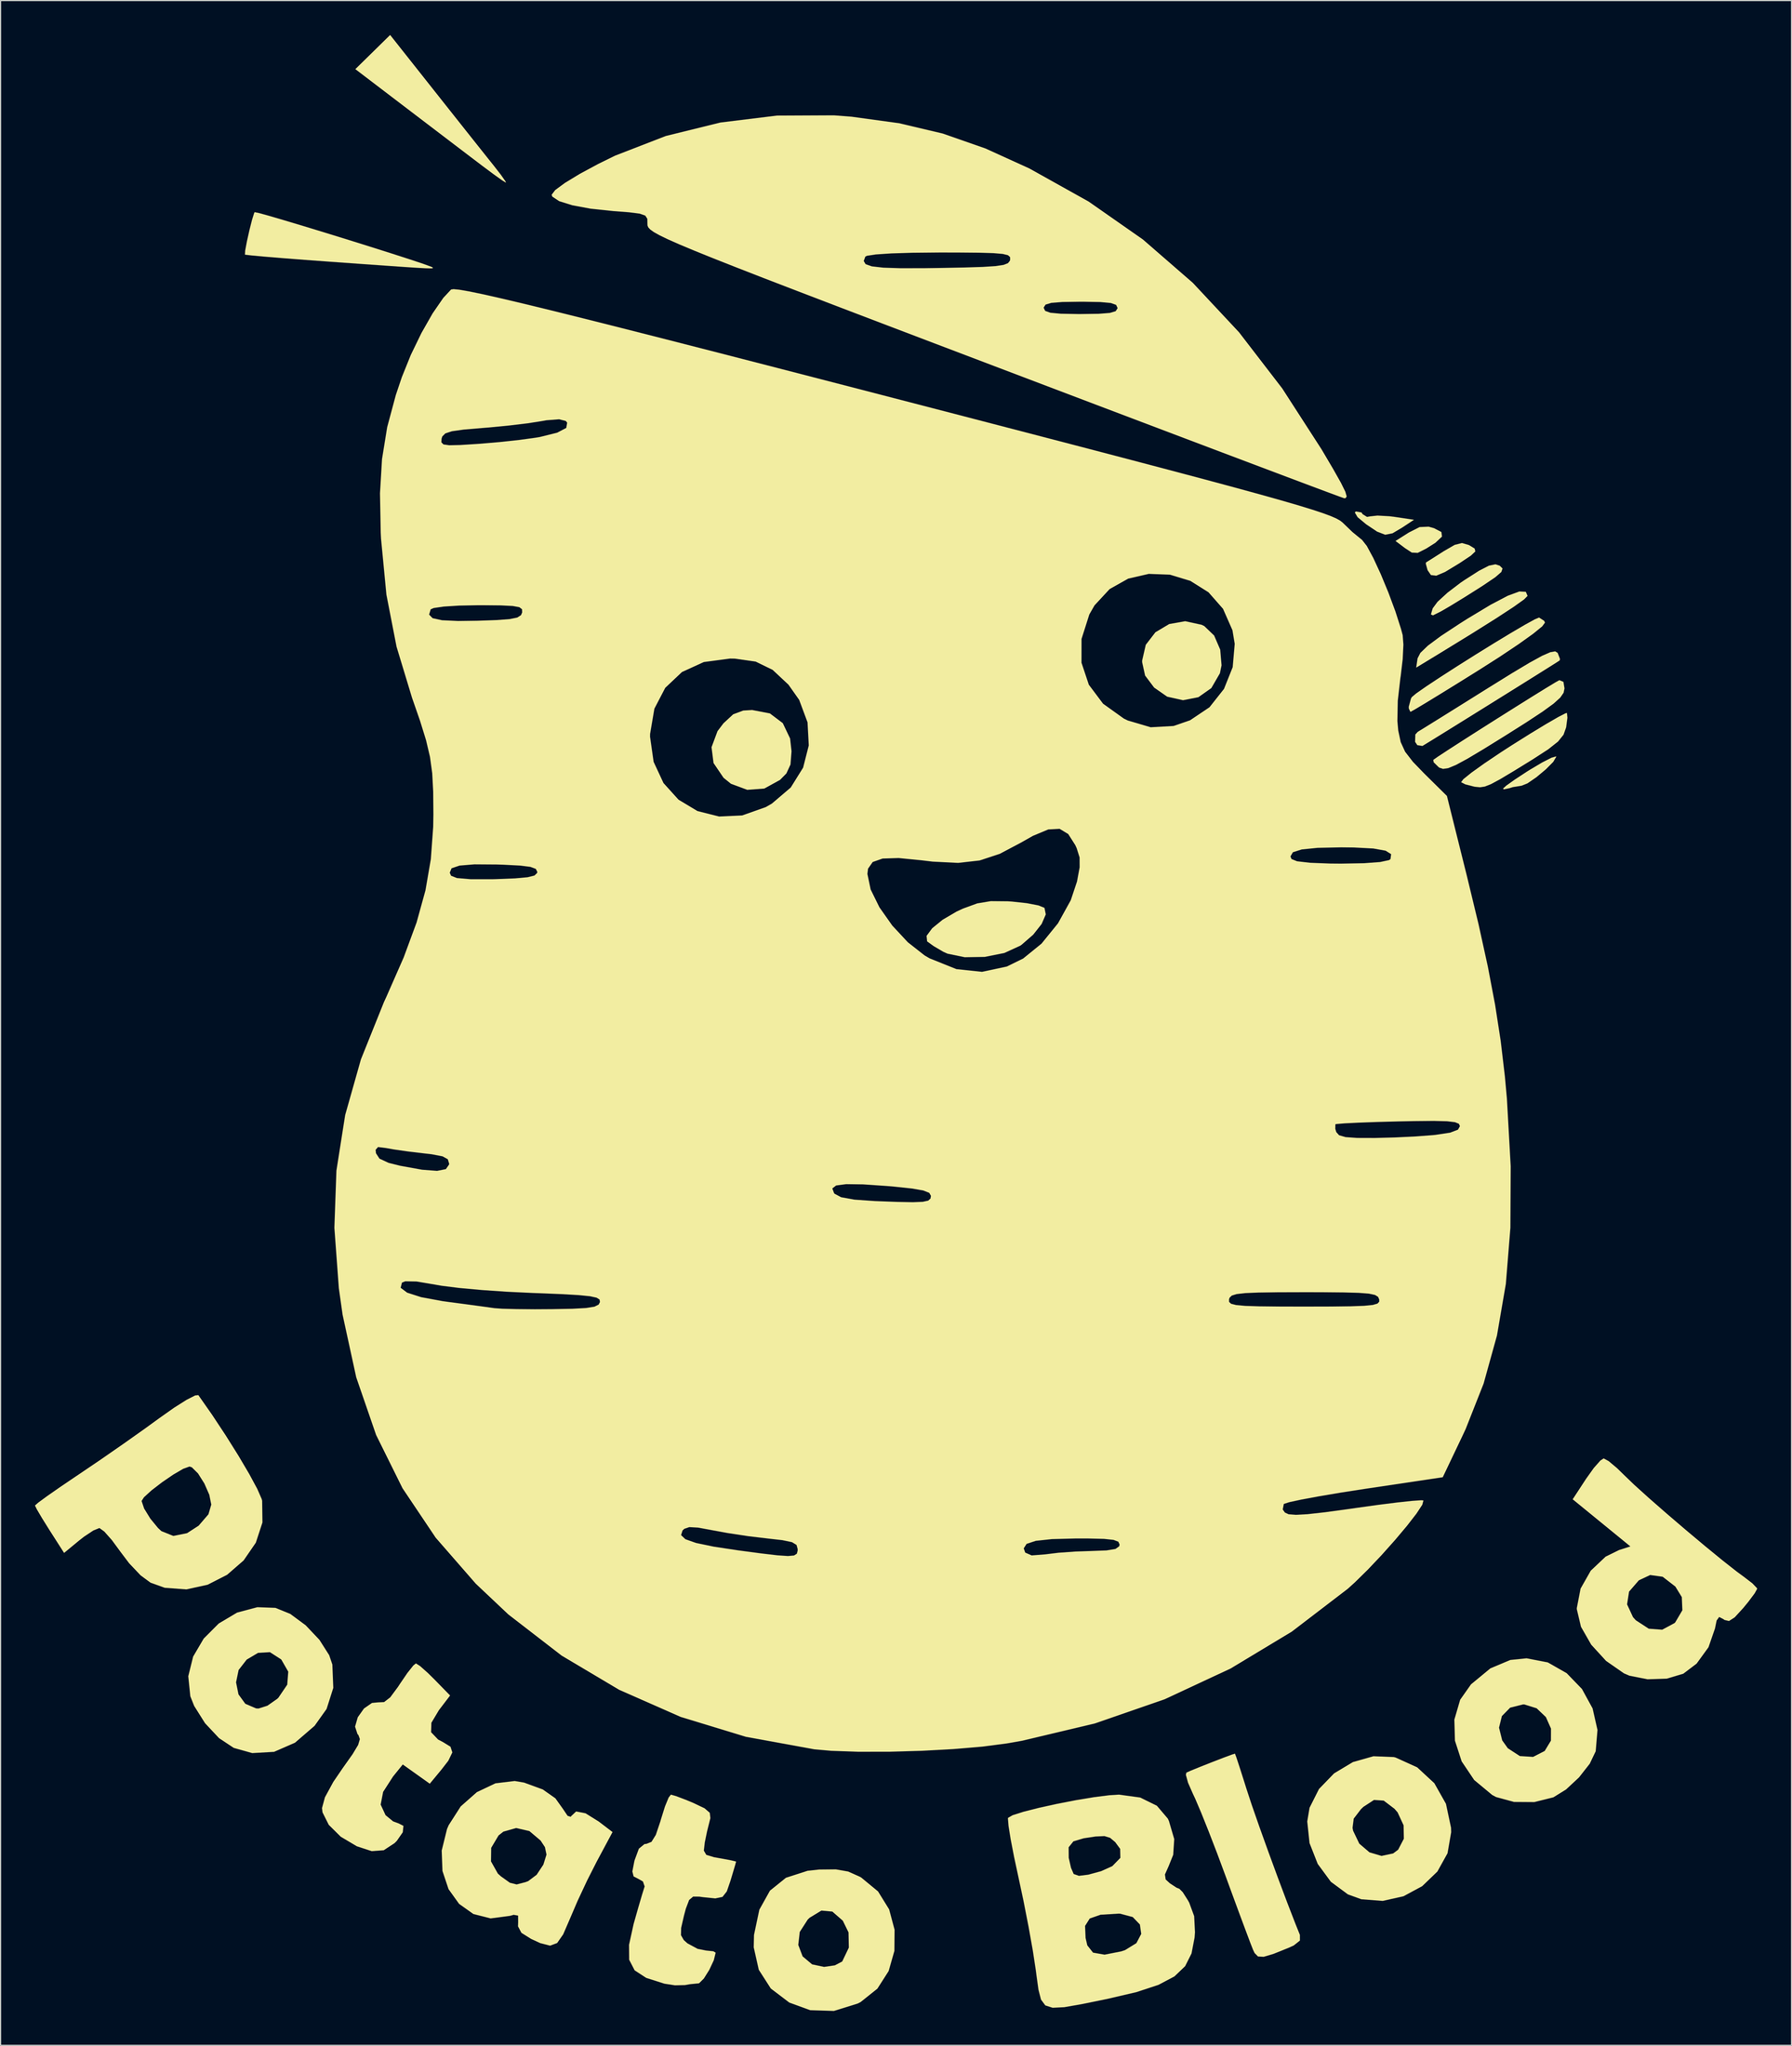
<source format=kicad_pcb>
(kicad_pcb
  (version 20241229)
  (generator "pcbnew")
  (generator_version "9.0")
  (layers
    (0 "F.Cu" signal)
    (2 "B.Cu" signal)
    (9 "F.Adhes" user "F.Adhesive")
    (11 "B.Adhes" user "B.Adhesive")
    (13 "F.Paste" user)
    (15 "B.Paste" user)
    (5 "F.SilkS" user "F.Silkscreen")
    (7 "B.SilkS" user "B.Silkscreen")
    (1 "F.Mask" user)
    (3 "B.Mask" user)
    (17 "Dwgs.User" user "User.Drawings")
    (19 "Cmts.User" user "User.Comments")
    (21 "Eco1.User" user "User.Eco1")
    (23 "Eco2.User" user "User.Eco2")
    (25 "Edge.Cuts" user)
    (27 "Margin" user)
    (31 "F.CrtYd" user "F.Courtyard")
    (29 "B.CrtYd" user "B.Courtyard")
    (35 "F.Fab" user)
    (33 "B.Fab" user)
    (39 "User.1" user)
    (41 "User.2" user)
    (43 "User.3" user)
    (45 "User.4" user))
  (footprint "PT_BloodLogo"
    (layer "F.Cu")
    (at 75.127 86.232)
    (property "Reference" "PT_BloodLogo" (at 0 0 0) (layer "F.SilkS") (effects (font (size 1.5 1.5) (thickness 0.3))))
    (attr board_only exclude_from_pos_files exclude_from_bom)
    (fp_poly (pts (xy 46.93 -43.211) (xy 47.573 -42.877) (xy 47.624 -42.477) (xy 47.053 -41.94) (xy 46.257 -41.436) (xy 45.509 -41.058) (xy 44.991 -41.083) (xy 44.403 -41.467) (xy 43.569 -42.096) (xy 44.734 -42.833) (xy 45.67 -43.308) (xy 46.462 -43.343)) (stroke (width 0) (type solid)) (fill yes) (layer "F.SilkS"))
    (fp_poly (pts (xy 40.604 -44.582) (xy 40.699 -44.434) (xy 41.082 -44.195) (xy 41.347 -44.242) (xy 41.997 -44.311) (xy 43.033 -44.254) (xy 43.523 -44.192) (xy 45.181 -43.943) (xy 44.145 -43.26) (xy 43.308 -42.764) (xy 42.669 -42.639) (xy 41.968 -42.908) (xy 41.016 -43.545) (xy 40.263 -44.169) (xy 40.02 -44.578) (xy 40.108 -44.672)) (stroke (width 0) (type solid)) (fill yes) (layer "F.SilkS"))
    (fp_poly (pts (xy 57.597 -23.278) (xy 57.332 -22.829) (xy 56.681 -22.173) (xy 55.859 -21.488) (xy 55.08 -20.953) (xy 54.573 -20.749) (xy 53.8 -20.624) (xy 53.512 -20.532) (xy 53.03 -20.432) (xy 52.946 -20.492) (xy 53.227 -20.752) (xy 53.971 -21.281) (xy 55.028 -21.974) (xy 55.272 -22.127) (xy 56.366 -22.777) (xy 57.183 -23.193) (xy 57.58 -23.304)) (stroke (width 0) (type solid)) (fill yes) (layer "F.SilkS"))
    (fp_poly (pts (xy -11.009 -27.054) (xy -9.885 -26.204) (xy -9.247 -24.867) (xy -9.123 -23.751) (xy -9.213 -22.597) (xy -9.572 -21.817) (xy -10.126 -21.255) (xy -11.499 -20.499) (xy -12.985 -20.388) (xy -14.404 -20.915) (xy -15.053 -21.437) (xy -15.927 -22.727) (xy -16.102 -24.106) (xy -15.579 -25.509) (xy -15.062 -26.191) (xy -14.211 -26.978) (xy -13.332 -27.305) (xy -12.558 -27.351)) (stroke (width 0) (type solid)) (fill yes) (layer "F.SilkS"))
    (fp_poly (pts (xy 26.653 -34.786) (xy 26.885 -34.673) (xy 27.746 -33.848) (xy 28.278 -32.617) (xy 28.393 -31.251) (xy 28.252 -30.558) (xy 27.502 -29.264) (xy 26.372 -28.468) (xy 25.032 -28.206) (xy 23.649 -28.514) (xy 22.511 -29.308) (xy 21.723 -30.356) (xy 21.467 -31.518) (xy 21.465 -31.661) (xy 21.782 -33.039) (xy 22.623 -34.132) (xy 23.825 -34.849) (xy 25.223 -35.097)) (stroke (width 0) (type solid)) (fill yes) (layer "F.SilkS"))
    (fp_poly (pts (xy 54.937 -37.663) (xy 55.091 -37.306) (xy 54.787 -36.997) (xy 53.873 -36.345) (xy 52.347 -35.347) (xy 50.205 -34.001) (xy 47.444 -32.306) (xy 46.762 -31.891) (xy 45.374 -31.048) (xy 45.493 -31.858) (xy 45.738 -32.333) (xy 46.393 -32.965) (xy 47.527 -33.806) (xy 49.206 -34.911) (xy 49.852 -35.319) (xy 51.871 -36.534) (xy 53.366 -37.32) (xy 54.375 -37.691)) (stroke (width 0) (type solid)) (fill yes) (layer "F.SilkS"))
    (fp_poly (pts (xy 49.948 -41.749) (xy 50.05 -41.696) (xy 50.475 -41.433) (xy 50.534 -41.183) (xy 50.15 -40.821) (xy 49.246 -40.218) (xy 49.103 -40.126) (xy 47.893 -39.393) (xy 47.123 -39.066) (xy 46.661 -39.121) (xy 46.379 -39.53) (xy 46.358 -39.582) (xy 46.213 -40.107) (xy 46.23 -40.223) (xy 46.562 -40.43) (xy 47.295 -40.895) (xy 47.78 -41.205) (xy 48.729 -41.754) (xy 49.368 -41.917)) (stroke (width 0) (type solid)) (fill yes) (layer "F.SilkS"))
    (fp_poly (pts (xy 52.667 -39.935) (xy 52.907 -39.695) (xy 52.803 -39.39) (xy 52.271 -38.93) (xy 51.226 -38.223) (xy 50.884 -38.003) (xy 49.597 -37.191) (xy 48.419 -36.469) (xy 47.579 -35.978) (xy 47.501 -35.935) (xy 46.839 -35.606) (xy 46.658 -35.686) (xy 46.813 -36.218) (xy 47.236 -36.789) (xy 48.102 -37.583) (xy 49.245 -38.454) (xy 49.571 -38.676) (xy 50.859 -39.5) (xy 51.72 -39.943) (xy 52.29 -40.06)) (stroke (width 0) (type solid)) (fill yes) (layer "F.SilkS"))
    (fp_poly (pts (xy -40.239 -81.305) (xy -38.865 -79.571) (xy -37.552 -77.915) (xy -36.403 -76.468) (xy -35.521 -75.361) (xy -35.119 -74.858) (xy -34.473 -74.027) (xy -34.086 -73.477) (xy -34.032 -73.344) (xy -34.362 -73.546) (xy -35.101 -74.073) (xy -36.092 -74.811) (xy -36.132 -74.842) (xy -37.126 -75.596) (xy -38.53 -76.664) (xy -40.184 -77.923) (xy -41.93 -79.253) (xy -42.638 -79.792) (xy -47.177 -83.251) (xy -45.658 -84.741) (xy -44.14 -86.232)) (stroke (width 0) (type solid)) (fill yes) (layer "F.SilkS"))
    (fp_poly (pts (xy 9.728 -10.668) (xy 10.119 -10.642) (xy 11.408 -10.502) (xy 12.424 -10.305) (xy 12.944 -10.095) (xy 13.06 -9.523) (xy 12.698 -8.689) (xy 11.96 -7.753) (xy 10.946 -6.873) (xy 10.835 -6.795) (xy 9.446 -6.158) (xy 7.736 -5.815) (xy 5.986 -5.788) (xy 4.481 -6.099) (xy 4.114 -6.265) (xy 3.278 -6.756) (xy 2.721 -7.158) (xy 2.706 -7.173) (xy 2.658 -7.651) (xy 3.147 -8.314) (xy 4.058 -9.056) (xy 5.275 -9.77) (xy 5.835 -10.031) (xy 7.08 -10.484) (xy 8.263 -10.68)) (stroke (width 0) (type solid)) (fill yes) (layer "F.SilkS"))
    (fp_poly (pts (xy 56.534 -35.134) (xy 56.611 -34.976) (xy 56.368 -34.646) (xy 55.581 -34.005) (xy 54.324 -33.105) (xy 52.669 -31.998) (xy 50.888 -30.862) (xy 49.066 -29.726) (xy 47.458 -28.733) (xy 46.16 -27.94) (xy 45.268 -27.407) (xy 44.877 -27.191) (xy 44.869 -27.189) (xy 44.732 -27.474) (xy 44.724 -27.636) (xy 44.917 -28.346) (xy 44.992 -28.478) (xy 45.379 -28.802) (xy 46.252 -29.412) (xy 47.488 -30.229) (xy 48.966 -31.18) (xy 50.564 -32.187) (xy 52.161 -33.176) (xy 53.635 -34.068) (xy 54.865 -34.79) (xy 55.728 -35.264) (xy 56.093 -35.417)) (stroke (width 0) (type solid)) (fill yes) (layer "F.SilkS"))
    (fp_poly (pts (xy 58.219 -29.808) (xy 58.313 -29.237) (xy 58.234 -28.856) (xy 57.944 -28.435) (xy 57.361 -27.908) (xy 56.402 -27.211) (xy 54.987 -26.278) (xy 53.149 -25.117) (xy 51.238 -23.933) (xy 49.833 -23.095) (xy 48.841 -22.559) (xy 48.167 -22.28) (xy 47.719 -22.215) (xy 47.402 -22.318) (xy 47.336 -22.363) (xy 46.898 -22.793) (xy 46.865 -23.001) (xy 47.26 -23.279) (xy 48.138 -23.856) (xy 49.376 -24.655) (xy 50.853 -25.598) (xy 52.447 -26.608) (xy 54.034 -27.607) (xy 55.493 -28.52) (xy 56.701 -29.267) (xy 57.537 -29.772) (xy 57.865 -29.954)) (stroke (width 0) (type solid)) (fill yes) (layer "F.SilkS"))
    (fp_poly (pts (xy 58.566 -26.678) (xy 58.461 -25.873) (xy 58.451 -25.825) (xy 58.229 -25.196) (xy 57.751 -24.602) (xy 56.892 -23.922) (xy 55.525 -23.036) (xy 55.498 -23.019) (xy 53.852 -22.006) (xy 52.694 -21.315) (xy 51.905 -20.889) (xy 51.364 -20.674) (xy 50.952 -20.612) (xy 50.549 -20.649) (xy 50.442 -20.665) (xy 49.661 -20.865) (xy 49.291 -21.054) (xy 49.487 -21.318) (xy 50.195 -21.888) (xy 51.319 -22.693) (xy 52.762 -23.663) (xy 53.705 -24.272) (xy 55.317 -25.284) (xy 56.708 -26.128) (xy 57.771 -26.743) (xy 58.401 -27.066) (xy 58.525 -27.096)) (stroke (width 0) (type solid)) (fill yes) (layer "F.SilkS"))
    (fp_poly (pts (xy 57.711 -32.338) (xy 57.715 -32.332) (xy 57.917 -31.815) (xy 57.898 -31.68) (xy 57.58 -31.474) (xy 56.767 -30.962) (xy 55.572 -30.213) (xy 54.11 -29.299) (xy 52.492 -28.29) (xy 50.833 -27.257) (xy 49.245 -26.27) (xy 47.842 -25.399) (xy 46.737 -24.716) (xy 46.044 -24.291) (xy 45.918 -24.215) (xy 45.475 -24.283) (xy 45.278 -24.575) (xy 45.299 -25.216) (xy 45.509 -25.447) (xy 45.947 -25.715) (xy 46.888 -26.299) (xy 48.227 -27.133) (xy 49.862 -28.154) (xy 51.687 -29.296) (xy 51.69 -29.297) (xy 53.74 -30.568) (xy 55.27 -31.482) (xy 56.356 -32.078) (xy 57.074 -32.393) (xy 57.5 -32.467)) (stroke (width 0) (type solid)) (fill yes) (layer "F.SilkS"))
    (fp_poly (pts (xy -55.614 -70.707) (xy -54.702 -70.455) (xy -53.345 -70.057) (xy -51.66 -69.551) (xy -49.764 -68.972) (xy -47.777 -68.358) (xy -45.814 -67.743) (xy -43.995 -67.166) (xy -42.437 -66.663) (xy -41.257 -66.27) (xy -40.574 -66.023) (xy -40.455 -65.966) (xy -40.408 -65.917) (xy -40.44 -65.883) (xy -40.63 -65.87) (xy -41.058 -65.882) (xy -41.805 -65.923) (xy -42.951 -65.998) (xy -44.576 -66.111) (xy -46.76 -66.266) (xy -49.369 -66.453) (xy -51.578 -66.615) (xy -53.53 -66.766) (xy -55.119 -66.897) (xy -56.237 -67) (xy -56.776 -67.064) (xy -56.808 -67.073) (xy -56.786 -67.431) (xy -56.636 -68.227) (xy -56.417 -69.205) (xy -56.187 -70.113) (xy -56.004 -70.697) (xy -55.962 -70.776)) (stroke (width 0) (type solid)) (fill yes) (layer "F.SilkS"))
    (fp_poly (pts (xy 29.681 63.995) (xy 29.961 64.842) (xy 30.352 66.068) (xy 30.564 66.742) (xy 31.031 68.161) (xy 31.691 70.054) (xy 32.473 72.23) (xy 33.306 74.498) (xy 34.12 76.665) (xy 34.846 78.54) (xy 35.229 79.491) (xy 35.231 79.984) (xy 34.693 80.41) (xy 34.254 80.611) (xy 32.911 81.151) (xy 32.067 81.402) (xy 31.572 81.373) (xy 31.276 81.072) (xy 31.139 80.784) (xy 30.901 80.176) (xy 30.469 79.029) (xy 29.892 77.478) (xy 29.221 75.656) (xy 28.765 74.411) (xy 28.016 72.398) (xy 27.279 70.488) (xy 26.619 68.841) (xy 26.099 67.619) (xy 25.895 67.186) (xy 25.469 66.217) (xy 25.282 65.533) (xy 25.321 65.338) (xy 25.726 65.157) (xy 26.552 64.821) (xy 27.574 64.417) (xy 28.566 64.034) (xy 29.304 63.761) (xy 29.561 63.679)) (stroke (width 0) (type solid)) (fill yes) (layer "F.SilkS"))
    (fp_poly (pts (xy 56.858 55.724) (xy 58.501 56.66) (xy 59.836 58.041) (xy 60.764 59.735) (xy 61.19 61.613) (xy 61.035 63.472) (xy 60.515 64.559) (xy 59.581 65.749) (xy 58.448 66.805) (xy 57.346 67.489) (xy 55.677 67.905) (xy 53.908 67.894) (xy 52.346 67.468) (xy 52.004 67.285) (xy 50.433 65.98) (xy 49.341 64.355) (xy 48.755 62.552) (xy 48.723 61.414) (xy 52.6 61.414) (xy 52.879 62.524) (xy 53.367 63.209) (xy 54.417 63.892) (xy 55.574 63.964) (xy 56.585 63.445) (xy 57.129 62.543) (xy 57.134 61.494) (xy 56.688 60.49) (xy 55.881 59.724) (xy 54.803 59.388) (xy 54.698 59.386) (xy 53.57 59.67) (xy 52.851 60.404) (xy 52.6 61.414) (xy 48.723 61.414) (xy 48.703 60.713) (xy 49.211 58.977) (xy 50.156 57.635) (xy 51.846 56.241) (xy 53.584 55.509) (xy 55.004 55.363)) (stroke (width 0) (type solid)) (fill yes) (layer "F.SilkS"))
    (fp_poly (pts (xy -54.15 50.964) (xy -52.855 51.49) (xy -51.509 52.485) (xy -50.311 53.751) (xy -49.457 55.092) (xy -49.182 55.904) (xy -49.1 57.946) (xy -49.685 59.782) (xy -50.731 61.251) (xy -52.44 62.725) (xy -54.269 63.523) (xy -56.17 63.632) (xy -57.783 63.18) (xy -59.068 62.328) (xy -60.289 61.025) (xy -61.237 59.52) (xy -61.573 58.676) (xy -61.698 57.46) (xy -57.583 57.46) (xy -57.372 58.508) (xy -56.775 59.331) (xy -55.84 59.732) (xy -55.623 59.744) (xy -54.85 59.5) (xy -53.996 58.902) (xy -53.89 58.801) (xy -53.118 57.663) (xy -53.029 56.53) (xy -53.629 55.484) (xy -53.662 55.451) (xy -54.629 54.829) (xy -55.663 54.889) (xy -56.655 55.477) (xy -57.36 56.383) (xy -57.583 57.46) (xy -61.698 57.46) (xy -61.752 56.929) (xy -61.328 55.214) (xy -60.406 53.644) (xy -59.093 52.328) (xy -57.497 51.379) (xy -55.724 50.906)) (stroke (width 0) (type solid)) (fill yes) (layer "F.SilkS"))
    (fp_poly (pts (xy -4.183 73.962) (xy -3.172 74.414) (xy -3.041 74.488) (xy -1.575 75.698) (xy -0.606 77.265) (xy -0.132 79.041) (xy -0.148 80.883) (xy -0.65 82.644) (xy -1.633 84.18) (xy -3.094 85.346) (xy -3.346 85.476) (xy -5.425 86.124) (xy -7.494 86.058) (xy -9.316 85.393) (xy -10.93 84.167) (xy -11.979 82.534) (xy -12.42 80.579) (xy -12.416 80.364) (xy -8.534 80.364) (xy -8.155 81.364) (xy -7.327 82.06) (xy -6.284 82.282) (xy -5.345 82.146) (xy -4.711 81.816) (xy -4.697 81.8) (xy -4.122 80.597) (xy -4.15 79.271) (xy -4.649 78.251) (xy -5.563 77.455) (xy -6.516 77.368) (xy -7.539 77.99) (xy -7.708 78.151) (xy -8.406 79.235) (xy -8.534 80.364) (xy -12.416 80.364) (xy -12.397 79.494) (xy -11.93 77.289) (xy -11.005 75.631) (xy -9.607 74.505) (xy -7.722 73.897) (xy -6.704 73.787) (xy -5.253 73.774)) (stroke (width 0) (type solid)) (fill yes) (layer "F.SilkS"))
    (fp_poly (pts (xy 43.416 63.978) (xy 43.573 64.017) (xy 45.461 64.875) (xy 46.957 66.26) (xy 47.971 68.055) (xy 48.414 70.14) (xy 48.426 70.533) (xy 48.108 72.369) (xy 47.222 73.964) (xy 45.897 75.24) (xy 44.264 76.12) (xy 42.451 76.526) (xy 40.588 76.381) (xy 39.416 75.956) (xy 37.929 74.857) (xy 36.783 73.299) (xy 36.068 71.48) (xy 35.928 70.15) (xy 39.821 70.15) (xy 39.87 70.405) (xy 40.41 71.531) (xy 41.298 72.289) (xy 42.346 72.6) (xy 43.366 72.383) (xy 43.798 72.06) (xy 44.297 71.103) (xy 44.275 69.933) (xy 43.753 68.805) (xy 43.482 68.492) (xy 42.541 67.777) (xy 41.692 67.719) (xy 40.77 68.319) (xy 40.554 68.526) (xy 39.924 69.347) (xy 39.821 70.15) (xy 35.928 70.15) (xy 35.869 69.596) (xy 36.069 68.401) (xy 36.895 66.761) (xy 38.213 65.399) (xy 39.853 64.415) (xy 41.644 63.908)) (stroke (width 0) (type solid)) (fill yes) (layer "F.SilkS"))
    (fp_poly (pts (xy -41.524 56.044) (xy -40.841 56.651) (xy -40.277 57.208) (xy -38.91 58.608) (xy -39.886 59.888) (xy -40.541 60.986) (xy -40.568 61.81) (xy -39.957 62.448) (xy -39.541 62.666) (xy -38.874 63.078) (xy -38.713 63.573) (xy -39.065 64.299) (xy -39.67 65.08) (xy -40.683 66.303) (xy -41.861 65.464) (xy -43.039 64.625) (xy -43.886 65.673) (xy -44.752 67.016) (xy -44.967 68.125) (xy -44.541 69.044) (xy -44.526 69.059) (xy -43.877 69.591) (xy -43.411 69.761) (xy -42.98 69.981) (xy -43.039 70.54) (xy -43.558 71.287) (xy -43.758 71.487) (xy -44.702 72.108) (xy -45.754 72.184) (xy -47.044 71.761) (xy -48.451 70.926) (xy -49.497 69.888) (xy -50.039 68.804) (xy -50.085 68.428) (xy -49.83 67.488) (xy -49.096 66.14) (xy -48.283 64.949) (xy -47.413 63.72) (xy -46.931 62.918) (xy -46.781 62.41) (xy -46.905 62.065) (xy -46.99 61.969) (xy -47.202 61.323) (xy -46.964 60.506) (xy -46.423 59.742) (xy -45.725 59.257) (xy -45.201 59.208) (xy -44.669 59.183) (xy -44.132 58.768) (xy -43.451 57.848) (xy -43.286 57.595) (xy -42.636 56.642) (xy -42.12 55.994) (xy -41.892 55.808)) (stroke (width 0) (type solid)) (fill yes) (layer "F.SilkS"))
    (fp_poly (pts (xy -32.459 66.205) (xy -30.819 66.806) (xy -29.723 67.578) (xy -29.068 68.496) (xy -28.661 69.101) (xy -28.383 69.191) (xy -28.353 69.135) (xy -27.914 68.724) (xy -27.095 68.883) (xy -25.939 69.604) (xy -25.939 69.604) (xy -24.738 70.52) (xy -26.116 73.092) (xy -26.949 74.733) (xy -27.794 76.539) (xy -28.453 78.078) (xy -29.043 79.441) (xy -29.57 80.198) (xy -30.185 80.429) (xy -31.038 80.211) (xy -31.839 79.842) (xy -32.687 79.31) (xy -32.985 78.746) (xy -32.974 78.395) (xy -32.978 77.808) (xy -33.365 77.738) (xy -33.688 77.829) (xy -35.376 78.051) (xy -36.878 77.669) (xy -38.124 76.785) (xy -39.046 75.5) (xy -39.575 73.916) (xy -39.607 73.079) (xy -35.341 73.079) (xy -34.741 74.145) (xy -34.474 74.385) (xy -33.696 74.941) (xy -33.105 75.089) (xy -32.35 74.893) (xy -32.097 74.799) (xy -31.361 74.247) (xy -30.78 73.37) (xy -30.769 73.345) (xy -30.5 72.486) (xy -30.636 71.835) (xy -31.017 71.258) (xy -31.992 70.434) (xy -33.146 70.167) (xy -34.26 70.483) (xy -34.68 70.813) (xy -35.325 71.896) (xy -35.341 73.079) (xy -39.607 73.079) (xy -39.642 72.134) (xy -39.179 70.257) (xy -39.037 69.925) (xy -37.985 68.283) (xy -36.572 67.036) (xy -34.951 66.268) (xy -33.273 66.066)) (stroke (width 0) (type solid)) (fill yes) (layer "F.SilkS"))
    (fp_poly (pts (xy 62.164 38.163) (xy 62.898 38.779) (xy 63.517 39.383) (xy 64.382 40.216) (xy 65.663 41.373) (xy 67.218 42.733) (xy 68.905 44.176) (xy 70.584 45.583) (xy 72.113 46.834) (xy 73.351 47.807) (xy 73.964 48.257) (xy 74.701 48.823) (xy 75.099 49.239) (xy 75.121 49.304) (xy 74.905 49.694) (xy 74.358 50.427) (xy 73.913 50.97) (xy 73.161 51.791) (xy 72.664 52.111) (xy 72.268 52.018) (xy 72.177 51.949) (xy 71.806 51.759) (xy 71.584 52.067) (xy 71.44 52.767) (xy 70.875 54.399) (xy 69.837 55.828) (xy 68.677 56.708) (xy 67.242 57.137) (xy 65.555 57.194) (xy 63.977 56.882) (xy 63.5 56.677) (xy 61.939 55.592) (xy 60.644 54.177) (xy 59.75 52.615) (xy 59.388 51.091) (xy 59.386 50.982) (xy 59.449 50.658) (xy 63.772 50.658) (xy 64.288 51.772) (xy 64.534 52.045) (xy 65.663 52.782) (xy 66.835 52.869) (xy 67.904 52.296) (xy 67.972 52.231) (xy 68.595 51.174) (xy 68.548 50.027) (xy 67.984 49.107) (xy 66.875 48.249) (xy 65.785 48.099) (xy 64.799 48.562) (xy 63.945 49.548) (xy 63.772 50.658) (xy 59.449 50.658) (xy 59.715 49.284) (xy 60.602 47.722) (xy 61.898 46.498) (xy 63.064 45.923) (xy 64.059 45.605) (xy 61.542 43.549) (xy 59.026 41.494) (xy 60.19 39.714) (xy 60.87 38.761) (xy 61.444 38.113) (xy 61.728 37.928)) (stroke (width 0) (type solid)) (fill yes) (layer "F.SilkS"))
    (fp_poly (pts (xy -59.673 34.122) (xy -58.482 35.925) (xy -57.377 37.687) (xy -56.436 39.282) (xy -55.734 40.583) (xy -55.348 41.464) (xy -55.306 41.619) (xy -55.281 43.516) (xy -55.858 45.279) (xy -56.922 46.827) (xy -58.362 48.078) (xy -60.064 48.947) (xy -61.917 49.353) (xy -63.807 49.212) (xy -65.046 48.767) (xy -65.911 48.129) (xy -66.91 47.075) (xy -67.653 46.092) (xy -68.415 45.056) (xy -69.076 44.309) (xy -69.5 44.004) (xy -69.514 44.003) (xy -70.034 44.216) (xy -70.847 44.756) (xy -71.271 45.087) (xy -72.586 46.172) (xy -73.857 44.186) (xy -74.503 43.152) (xy -74.961 42.376) (xy -75.127 42.036) (xy -74.846 41.788) (xy -74.646 41.641) (xy -65.825 41.641) (xy -65.603 42.3) (xy -65.062 43.18) (xy -64.388 44.001) (xy -64.095 44.271) (xy -63.056 44.69) (xy -61.857 44.449) (xy -60.844 43.792) (xy -59.992 42.801) (xy -59.744 41.956) (xy -59.917 41.101) (xy -60.349 40.116) (xy -60.902 39.239) (xy -61.443 38.703) (xy -61.648 38.637) (xy -62.198 38.836) (xy -63.061 39.341) (xy -64.046 40.014) (xy -64.962 40.719) (xy -65.617 41.317) (xy -65.825 41.641) (xy -74.646 41.641) (xy -74.08 41.226) (xy -72.938 40.43) (xy -71.533 39.478) (xy -71.281 39.31) (xy -69.42 38.05) (xy -67.395 36.646) (xy -65.483 35.292) (xy -64.273 34.413) (xy -62.982 33.502) (xy -61.901 32.819) (xy -61.153 32.438) (xy -60.874 32.406)) (stroke (width 0) (type solid)) (fill yes) (layer "F.SilkS"))
    (fp_poly (pts (xy -19.188 67.387) (xy -18.311 67.721) (xy -17.698 67.976) (xy -16.706 68.449) (xy -16.255 68.841) (xy -16.203 69.302) (xy -16.251 69.497) (xy -16.488 70.446) (xy -16.69 71.422) (xy -16.773 72.139) (xy -16.559 72.508) (xy -15.878 72.714) (xy -15.424 72.795) (xy -14.518 72.96) (xy -14.003 73.079) (xy -13.958 73.101) (xy -14.054 73.445) (xy -14.294 74.251) (xy -14.45 74.769) (xy -14.77 75.698) (xy -15.146 76.176) (xy -15.781 76.307) (xy -16.877 76.194) (xy -17.164 76.152) (xy -17.706 76.148) (xy -18.056 76.445) (xy -18.344 77.203) (xy -18.506 77.81) (xy -18.753 78.884) (xy -18.768 79.514) (xy -18.523 79.94) (xy -18.207 80.225) (xy -17.316 80.706) (xy -16.596 80.851) (xy -15.942 80.919) (xy -15.741 81.041) (xy -15.905 81.702) (xy -16.298 82.541) (xy -16.772 83.296) (xy -17.178 83.701) (xy -17.243 83.718) (xy -17.977 83.79) (xy -18.424 83.868) (xy -19.293 83.888) (xy -20.213 83.746) (xy -21.804 83.238) (xy -22.809 82.582) (xy -23.287 81.66) (xy -23.298 80.353) (xy -22.901 78.543) (xy -22.873 78.445) (xy -22.489 77.095) (xy -22.165 75.99) (xy -21.96 75.331) (xy -21.937 75.266) (xy -22.087 74.829) (xy -22.471 74.611) (xy -22.9 74.39) (xy -23.009 73.959) (xy -22.843 73.096) (xy -22.811 72.969) (xy -22.44 71.968) (xy -21.953 71.569) (xy -21.781 71.549) (xy -21.341 71.374) (xy -20.961 70.763) (xy -20.565 69.587) (xy -20.513 69.403) (xy -20.163 68.285) (xy -19.844 67.509) (xy -19.647 67.256)) (stroke (width 0) (type solid)) (fill yes) (layer "F.SilkS"))
    (fp_poly (pts (xy 21.294 67.508) (xy 22.751 68.224) (xy 23.706 69.347) (xy 23.803 69.557) (xy 24.265 71.132) (xy 24.177 72.499) (xy 23.785 73.475) (xy 23.454 74.22) (xy 23.517 74.653) (xy 23.876 74.984) (xy 24.466 75.371) (xy 24.718 75.473) (xy 25.007 75.764) (xy 25.457 76.47) (xy 25.573 76.68) (xy 26.004 77.853) (xy 26.075 79.262) (xy 26.04 79.725) (xy 25.774 81.108) (xy 25.217 82.217) (xy 24.284 83.111) (xy 22.891 83.847) (xy 20.954 84.485) (xy 18.39 85.082) (xy 18.285 85.103) (xy 16.184 85.531) (xy 14.679 85.794) (xy 13.66 85.846) (xy 13.018 85.641) (xy 12.641 85.132) (xy 12.421 84.275) (xy 12.247 83.023) (xy 12.186 82.55) (xy 11.929 80.868) (xy 11.554 78.764) (xy 11.542 78.706) (xy 16.486 78.706) (xy 16.53 79.754) (xy 16.682 80.404) (xy 17.182 81.038) (xy 18.188 81.214) (xy 19.65 80.925) (xy 19.966 80.821) (xy 20.962 80.21) (xy 21.386 79.403) (xy 21.269 78.583) (xy 20.645 77.934) (xy 19.546 77.639) (xy 19.395 77.636) (xy 17.836 77.731) (xy 16.894 78.06) (xy 16.486 78.706) (xy 11.542 78.706) (xy 11.113 76.513) (xy 10.677 74.474) (xy 10.295 72.697) (xy 10.131 71.848) (xy 15.053 71.848) (xy 15.06 72.763) (xy 15.259 73.637) (xy 15.493 74.178) (xy 15.951 74.339) (xy 16.774 74.236) (xy 17.892 73.929) (xy 18.834 73.505) (xy 18.871 73.482) (xy 19.565 72.77) (xy 19.548 71.986) (xy 19.114 71.396) (xy 18.673 71.025) (xy 18.177 70.871) (xy 17.398 70.907) (xy 16.367 71.063) (xy 15.467 71.331) (xy 15.053 71.848) (xy 10.131 71.848) (xy 9.997 71.156) (xy 9.81 69.991) (xy 9.756 69.345) (xy 9.767 69.279) (xy 10.165 69.05) (xy 11.113 68.749) (xy 12.455 68.408) (xy 14.034 68.06) (xy 15.692 67.738) (xy 17.273 67.476) (xy 18.62 67.305) (xy 19.444 67.256)) (stroke (width 0) (type solid)) (fill yes) (layer "F.SilkS"))
    (fp_poly (pts (xy -3.875 -79.102) (xy 0.266 -78.532) (xy 4.067 -77.634) (xy 7.794 -76.332) (xy 11.627 -74.588) (xy 16.8 -71.699) (xy 21.533 -68.392) (xy 25.885 -64.613) (xy 29.916 -60.302) (xy 33.687 -55.402) (xy 37.116 -50.091) (xy 38.135 -48.364) (xy 38.814 -47.16) (xy 39.193 -46.392) (xy 39.311 -45.976) (xy 39.207 -45.826) (xy 39.084 -45.824) (xy 38.717 -45.954) (xy 37.73 -46.319) (xy 36.168 -46.903) (xy 34.081 -47.688) (xy 31.516 -48.655) (xy 28.52 -49.786) (xy 25.14 -51.064) (xy 21.425 -52.471) (xy 17.422 -53.988) (xy 13.179 -55.598) (xy 8.743 -57.282) (xy 8.533 -57.362) (xy 3.345 -59.333) (xy -1.215 -61.068) (xy -4.777 -62.427) (xy 12.879 -62.427) (xy 13.004 -62.165) (xy 13.462 -62.002) (xy 14.375 -61.917) (xy 15.865 -61.89) (xy 16.099 -61.89) (xy 17.669 -61.911) (xy 18.648 -61.987) (xy 19.156 -62.139) (xy 19.317 -62.388) (xy 19.318 -62.427) (xy 19.193 -62.689) (xy 18.735 -62.852) (xy 17.822 -62.936) (xy 16.333 -62.963) (xy 16.099 -62.963) (xy 14.528 -62.942) (xy 13.549 -62.866) (xy 13.041 -62.714) (xy 12.881 -62.466) (xy 12.879 -62.427) (xy -4.777 -62.427) (xy -5.186 -62.583) (xy -8.61 -63.894) (xy -11.527 -65.017) (xy -13.976 -65.971) (xy -15.365 -66.519) (xy -2.824 -66.519) (xy -2.661 -66.24) (xy -2.119 -66.049) (xy -1.122 -65.935) (xy 0.405 -65.886) (xy 2.539 -65.891) (xy 3.689 -65.906) (xy 5.934 -65.949) (xy 7.564 -66) (xy 8.678 -66.072) (xy 9.376 -66.177) (xy 9.757 -66.326) (xy 9.922 -66.53) (xy 9.949 -66.63) (xy 9.943 -66.856) (xy 9.762 -67.02) (xy 9.309 -67.132) (xy 8.491 -67.202) (xy 7.211 -67.24) (xy 5.374 -67.254) (xy 3.804 -67.256) (xy 1.478 -67.236) (xy -0.408 -67.179) (xy -1.775 -67.088) (xy -2.545 -66.969) (xy -2.683 -66.899) (xy -2.824 -66.519) (xy -15.365 -66.519) (xy -15.999 -66.77) (xy -17.637 -67.432) (xy -18.929 -67.973) (xy -19.915 -68.41) (xy -20.638 -68.76) (xy -21.136 -69.038) (xy -21.45 -69.263) (xy -21.621 -69.449) (xy -21.689 -69.614) (xy -21.696 -69.761) (xy -21.704 -70.196) (xy -21.88 -70.474) (xy -22.365 -70.646) (xy -23.297 -70.765) (xy -24.685 -70.872) (xy -26.634 -71.077) (xy -28.242 -71.375) (xy -29.399 -71.737) (xy -29.994 -72.133) (xy -30.051 -72.295) (xy -29.742 -72.702) (xy -28.889 -73.33) (xy -27.602 -74.112) (xy -25.99 -74.981) (xy -24.511 -75.707) (xy -20.093 -77.419) (xy -15.333 -78.593) (xy -10.388 -79.202) (xy -5.416 -79.222)) (stroke (width 0) (type solid)) (fill yes) (layer "F.SilkS"))
    (fp_poly (pts (xy -38.101 -64.012) (xy -37.281 -63.87) (xy -36.111 -63.629) (xy -34.56 -63.28) (xy -32.597 -62.817) (xy -30.188 -62.231) (xy -27.302 -61.514) (xy -23.908 -60.659) (xy -19.972 -59.658) (xy -15.464 -58.503) (xy -10.35 -57.185) (xy -4.599 -55.698) (xy -0.12 -54.537) (xy 5.89 -52.977) (xy 11.245 -51.584) (xy 15.985 -50.348) (xy 20.146 -49.258) (xy 23.768 -48.303) (xy 26.888 -47.474) (xy 29.545 -46.759) (xy 31.777 -46.148) (xy 33.624 -45.629) (xy 35.122 -45.193) (xy 36.31 -44.828) (xy 37.227 -44.525) (xy 37.911 -44.272) (xy 38.4 -44.059) (xy 38.732 -43.874) (xy 38.946 -43.709) (xy 38.984 -43.671) (xy 39.822 -42.865) (xy 40.613 -42.22) (xy 40.645 -42.197) (xy 41.064 -41.664) (xy 41.633 -40.611) (xy 42.285 -39.2) (xy 42.951 -37.591) (xy 43.562 -35.946) (xy 44.049 -34.426) (xy 44.194 -33.887) (xy 44.258 -33.057) (xy 44.196 -31.781) (xy 44.023 -30.317) (xy 43.992 -30.118) (xy 43.768 -28.164) (xy 43.734 -26.388) (xy 43.807 -25.566) (xy 44.023 -24.552) (xy 44.408 -23.712) (xy 45.092 -22.828) (xy 46.064 -21.823) (xy 48.055 -19.855) (xy 49.796 -12.879) (xy 50.814 -8.664) (xy 51.626 -4.966) (xy 52.26 -1.629) (xy 52.746 1.507) (xy 53.111 4.6) (xy 53.288 6.548) (xy 53.619 12.455) (xy 53.592 17.814) (xy 53.196 22.706) (xy 52.421 27.207) (xy 51.257 31.398) (xy 49.693 35.357) (xy 49.405 35.974) (xy 47.691 39.571) (xy 40.928 40.581) (xy 38.798 40.912) (xy 36.908 41.231) (xy 35.373 41.515) (xy 34.308 41.745) (xy 33.831 41.897) (xy 33.825 41.902) (xy 33.731 42.384) (xy 33.922 42.651) (xy 34.242 42.8) (xy 34.868 42.85) (xy 35.895 42.793) (xy 37.417 42.624) (xy 39.528 42.336) (xy 40.096 42.254) (xy 42.037 41.984) (xy 43.719 41.772) (xy 45.019 41.632) (xy 45.816 41.577) (xy 46.007 41.595) (xy 45.908 41.968) (xy 45.4 42.74) (xy 44.577 43.801) (xy 43.533 45.043) (xy 42.363 46.354) (xy 41.159 47.625) (xy 40.017 48.747) (xy 39.397 49.306) (xy 34.52 53.038) (xy 29.179 56.257) (xy 23.433 58.935) (xy 17.344 61.045) (xy 10.97 62.56) (xy 9.659 62.79) (xy 7.534 63.067) (xy 4.973 63.283) (xy 2.172 63.434) (xy -0.668 63.514) (xy -3.351 63.515) (xy -5.679 63.432) (xy -7.123 63.304) (xy -13.109 62.211) (xy -18.796 60.476) (xy -24.16 58.112) (xy -29.178 55.129) (xy -33.829 51.538) (xy -36.669 48.857) (xy -40.171 44.839) (xy -40.317 44.619) (xy -18.758 44.619) (xy -18.383 44.975) (xy -17.453 45.304) (xy -15.914 45.624) (xy -13.773 45.948) (xy -11.76 46.216) (xy -10.349 46.382) (xy -9.433 46.443) (xy -8.906 46.397) (xy -8.66 46.242) (xy -8.589 45.975) (xy -8.586 45.838) (xy -8.604 45.773) (xy 11.135 45.773) (xy 11.265 46.143) (xy 11.828 46.39) (xy 13.005 46.298) (xy 14.158 46.157) (xy 15.67 46.05) (xy 16.993 46.005) (xy 18.358 45.953) (xy 19.139 45.825) (xy 19.465 45.592) (xy 19.497 45.434) (xy 19.385 45.192) (xy 18.972 45.035) (xy 18.142 44.947) (xy 16.783 44.914) (xy 15.653 44.913) (xy 13.592 44.967) (xy 12.187 45.118) (xy 11.386 45.382) (xy 11.135 45.773) (xy -8.604 45.773) (xy -8.686 45.477) (xy -9.083 45.234) (xy -9.921 45.059) (xy -11.18 44.916) (xy -12.904 44.71) (xy -14.738 44.432) (xy -16.003 44.199) (xy -17.275 43.964) (xy -18.039 43.92) (xy -18.476 44.068) (xy -18.633 44.218) (xy -18.758 44.619) (xy -40.317 44.619) (xy -43.061 40.53) (xy -45.364 35.884) (xy -47.099 30.854) (xy -48.289 25.393) (xy -48.617 23.075) (xy -48.619 23.045) (xy -43.224 23.045) (xy -42.656 23.472) (xy -41.433 23.864) (xy -39.588 24.206) (xy -39.087 24.276) (xy -37.554 24.479) (xy -36.199 24.662) (xy -35.25 24.793) (xy -35.059 24.821) (xy -34.348 24.871) (xy -33.107 24.904) (xy -31.522 24.917) (xy -30.055 24.909) (xy -28.25 24.875) (xy -27.043 24.809) (xy -26.315 24.693) (xy -25.95 24.511) (xy -25.835 24.287) (xy -25.869 24.072) (xy -25.89 24.058) (xy 29.046 24.058) (xy 29.051 24.278) (xy 29.227 24.44) (xy 29.665 24.552) (xy 30.459 24.624) (xy 31.7 24.664) (xy 33.482 24.681) (xy 35.596 24.685) (xy 37.936 24.68) (xy 39.654 24.661) (xy 40.841 24.617) (xy 41.591 24.542) (xy 41.995 24.424) (xy 42.148 24.257) (xy 42.146 24.058) (xy 42.046 23.834) (xy 41.782 23.671) (xy 41.255 23.558) (xy 40.367 23.488) (xy 39.02 23.45) (xy 37.117 23.434) (xy 35.596 23.432) (xy 33.294 23.438) (xy 31.61 23.461) (xy 30.446 23.51) (xy 29.704 23.595) (xy 29.286 23.725) (xy 29.094 23.91) (xy 29.046 24.058) (xy -25.89 24.058) (xy -26.129 23.908) (xy -26.71 23.782) (xy -27.707 23.683) (xy -29.214 23.597) (xy -31.326 23.512) (xy -31.733 23.497) (xy -33.964 23.391) (xy -36.156 23.24) (xy -38.119 23.06) (xy -39.66 22.867) (xy -40.246 22.764) (xy -41.835 22.498) (xy -42.821 22.481) (xy -43.108 22.594) (xy -43.224 23.045) (xy -48.619 23.045) (xy -49.005 17.814) (xy -48.883 14.381) (xy -5.564 14.381) (xy -5.411 14.79) (xy -5.374 14.837) (xy -4.8 15.146) (xy -3.638 15.357) (xy -1.846 15.482) (xy 0.112 15.555) (xy 1.465 15.58) (xy 2.325 15.546) (xy 2.8 15.444) (xy 3.002 15.262) (xy 3.041 15.025) (xy 2.893 14.766) (xy 2.379 14.561) (xy 1.393 14.388) (xy -0.171 14.222) (xy -0.773 14.17) (xy -2.891 14.025) (xy -4.359 14.006) (xy -5.231 14.122) (xy -5.564 14.381) (xy -48.883 14.381) (xy -48.827 12.825) (xy -48.541 11.01) (xy -45.408 11.01) (xy -45.377 11.31) (xy -45.072 11.78) (xy -44.276 12.149) (xy -43.285 12.397) (xy -41.36 12.746) (xy -40.045 12.847) (xy -39.278 12.695) (xy -38.998 12.29) (xy -38.994 12.215) (xy -39.112 11.832) (xy -39.566 11.58) (xy -40.506 11.4) (xy -41.23 11.316) (xy -42.606 11.152) (xy -43.841 10.974) (xy -44.486 10.858) (xy -45.196 10.77) (xy -45.408 11.01) (xy -48.541 11.01) (xy -48.253 9.179) (xy 38.316 9.179) (xy 38.402 9.465) (xy 38.646 9.739) (xy 39.209 9.902) (xy 40.224 9.974) (xy 41.756 9.978) (xy 43.527 9.931) (xy 45.338 9.843) (xy 46.843 9.73) (xy 47.044 9.71) (xy 48.339 9.514) (xy 49.02 9.252) (xy 49.19 8.947) (xy 49.098 8.74) (xy 48.756 8.601) (xy 48.063 8.52) (xy 46.919 8.491) (xy 45.224 8.506) (xy 43.824 8.534) (xy 41.943 8.584) (xy 40.332 8.643) (xy 39.119 8.703) (xy 38.431 8.76) (xy 38.324 8.784) (xy 38.316 9.179) (xy -48.253 9.179) (xy -48.062 7.972) (xy -46.688 3.118) (xy -44.682 -1.873) (xy -44.473 -2.325) (xy -42.957 -5.775) (xy -41.833 -8.82) (xy -41.058 -11.623) (xy -40.794 -13.16) (xy -38.94 -13.16) (xy -38.827 -12.898) (xy -38.318 -12.694) (xy -37.114 -12.591) (xy -35.227 -12.591) (xy -34.941 -12.598) (xy -33.248 -12.665) (xy -32.156 -12.763) (xy -31.55 -12.913) (xy -31.403 -13.055) (xy -2.504 -13.055) (xy -2.221 -11.7) (xy -1.454 -10.141) (xy -0.331 -8.548) (xy 1.024 -7.093) (xy 2.483 -5.947) (xy 2.92 -5.691) (xy 5.26 -4.751) (xy 7.497 -4.513) (xy 9.664 -4.977) (xy 11.086 -5.675) (xy 12.685 -6.972) (xy 14.125 -8.747) (xy 15.238 -10.759) (xy 15.783 -12.391) (xy 16.012 -13.628) (xy 16.008 -14.494) (xy 15.98 -14.581) (xy 34.407 -14.581) (xy 34.498 -14.35) (xy 34.983 -14.157) (xy 36.128 -14.025) (xy 37.88 -13.959) (xy 38.815 -13.952) (xy 40.814 -13.988) (xy 42.229 -14.092) (xy 43.007 -14.259) (xy 43.133 -14.35) (xy 43.187 -14.778) (xy 42.703 -15.081) (xy 41.634 -15.272) (xy 39.928 -15.361) (xy 38.815 -15.372) (xy 36.772 -15.329) (xy 35.389 -15.19) (xy 34.617 -14.945) (xy 34.407 -14.581) (xy 15.98 -14.581) (xy 15.754 -15.3) (xy 15.632 -15.566) (xy 15.016 -16.533) (xy 14.266 -16.987) (xy 13.276 -16.933) (xy 11.94 -16.376) (xy 10.902 -15.788) (xy 9.043 -14.805) (xy 7.288 -14.227) (xy 5.411 -14.015) (xy 3.183 -14.127) (xy 2.225 -14.242) (xy 0.222 -14.44) (xy -1.175 -14.396) (xy -2.04 -14.093) (xy -2.448 -13.511) (xy -2.504 -13.055) (xy -31.403 -13.055) (xy -31.317 -13.136) (xy -31.303 -13.237) (xy -31.433 -13.493) (xy -31.9 -13.668) (xy -32.819 -13.783) (xy -34.305 -13.859) (xy -34.849 -13.876) (xy -36.793 -13.888) (xy -38.086 -13.782) (xy -38.783 -13.544) (xy -38.94 -13.16) (xy -40.794 -13.16) (xy -40.589 -14.349) (xy -40.385 -17.161) (xy -40.368 -18.245) (xy -40.385 -20.239) (xy -40.47 -21.839) (xy -40.664 -23.26) (xy -41.007 -24.715) (xy -41.101 -25.021) (xy -21.465 -25.021) (xy -21.154 -22.83) (xy -20.292 -20.98) (xy -18.983 -19.531) (xy -17.331 -18.538) (xy -15.443 -18.061) (xy -13.423 -18.156) (xy -11.375 -18.881) (xy -10.839 -19.187) (xy -9.192 -20.59) (xy -8.112 -22.324) (xy -7.618 -24.261) (xy -7.726 -26.274) (xy -8.456 -28.235) (xy -9.392 -29.563) (xy -10.773 -30.853) (xy -12.05 -31.475) (xy 16.175 -31.475) (xy 16.814 -29.558) (xy 18.056 -27.901) (xy 19.865 -26.606) (xy 20.213 -26.436) (xy 22.211 -25.847) (xy 24.205 -25.958) (xy 25.646 -26.454) (xy 27.342 -27.593) (xy 28.607 -29.193) (xy 29.366 -31.09) (xy 29.542 -33.122) (xy 29.345 -34.308) (xy 28.522 -36.177) (xy 27.257 -37.617) (xy 25.673 -38.614) (xy 23.894 -39.154) (xy 22.045 -39.225) (xy 20.248 -38.811) (xy 18.629 -37.9) (xy 17.311 -36.478) (xy 16.857 -35.685) (xy 16.178 -33.551) (xy 16.175 -31.475) (xy -12.05 -31.475) (xy -12.251 -31.573) (xy -14.071 -31.833) (xy -14.489 -31.839) (xy -16.776 -31.535) (xy -18.681 -30.664) (xy -20.139 -29.287) (xy -21.087 -27.468) (xy -21.461 -25.268) (xy -21.465 -25.021) (xy -41.101 -25.021) (xy -41.536 -26.421) (xy -42.233 -28.426) (xy -43.581 -32.871) (xy -44.127 -35.673) (xy -40.741 -35.673) (xy -40.437 -35.362) (xy -39.621 -35.182) (xy -38.224 -35.117) (xy -36.555 -35.137) (xy -34.838 -35.197) (xy -33.711 -35.282) (xy -33.048 -35.417) (xy -32.724 -35.624) (xy -32.622 -35.864) (xy -32.633 -36.139) (xy -32.867 -36.319) (xy -33.445 -36.425) (xy -34.481 -36.476) (xy -36.096 -36.49) (xy -36.443 -36.49) (xy -38.121 -36.459) (xy -39.467 -36.374) (xy -40.342 -36.247) (xy -40.604 -36.132) (xy -40.741 -35.673) (xy -44.127 -35.673) (xy -44.466 -37.414) (xy -44.936 -42.301) (xy -44.962 -42.818) (xy -45.026 -46.251) (xy -44.849 -49.239) (xy -44.612 -50.701) (xy -39.67 -50.701) (xy -39.49 -50.517) (xy -38.987 -50.444) (xy -38.033 -50.465) (xy -36.503 -50.562) (xy -36.365 -50.572) (xy -34.605 -50.72) (xy -32.869 -50.908) (xy -31.449 -51.103) (xy -31.064 -51.169) (xy -29.566 -51.542) (xy -28.776 -51.957) (xy -28.696 -52.413) (xy -28.816 -52.563) (xy -29.399 -52.71) (xy -30.501 -52.625) (xy -30.945 -52.547) (xy -32.132 -52.361) (xy -33.747 -52.167) (xy -35.505 -51.996) (xy -36.128 -51.947) (xy -37.731 -51.81) (xy -38.753 -51.666) (xy -39.328 -51.477) (xy -39.592 -51.21) (xy -39.653 -51.013) (xy -39.67 -50.701) (xy -44.612 -50.701) (xy -44.399 -52.02) (xy -43.643 -54.833) (xy -43.117 -56.392) (xy -42.338 -58.323) (xy -41.412 -60.232) (xy -40.434 -61.949) (xy -39.502 -63.301) (xy -38.823 -64.03) (xy -38.605 -64.063)) (stroke (width 0) (type solid)) (fill yes) (layer "F.SilkS")))
  (gr_rect
    (start -3 -3)
    (end 153.248 175.355)
    (stroke (width 0.1) (type default))
    (fill no)
    (layer "Edge.Cuts")))
</source>
